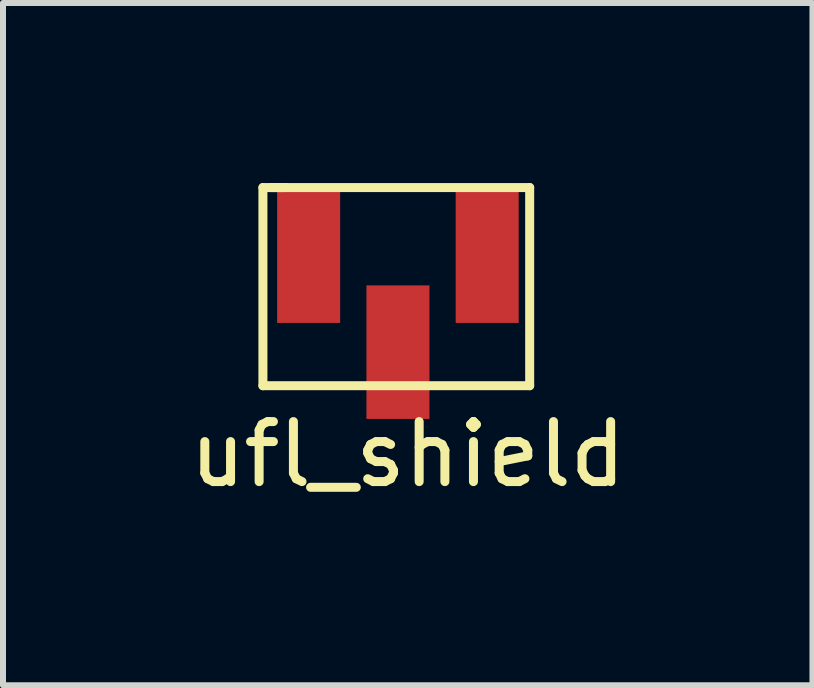
<source format=kicad_pcb>
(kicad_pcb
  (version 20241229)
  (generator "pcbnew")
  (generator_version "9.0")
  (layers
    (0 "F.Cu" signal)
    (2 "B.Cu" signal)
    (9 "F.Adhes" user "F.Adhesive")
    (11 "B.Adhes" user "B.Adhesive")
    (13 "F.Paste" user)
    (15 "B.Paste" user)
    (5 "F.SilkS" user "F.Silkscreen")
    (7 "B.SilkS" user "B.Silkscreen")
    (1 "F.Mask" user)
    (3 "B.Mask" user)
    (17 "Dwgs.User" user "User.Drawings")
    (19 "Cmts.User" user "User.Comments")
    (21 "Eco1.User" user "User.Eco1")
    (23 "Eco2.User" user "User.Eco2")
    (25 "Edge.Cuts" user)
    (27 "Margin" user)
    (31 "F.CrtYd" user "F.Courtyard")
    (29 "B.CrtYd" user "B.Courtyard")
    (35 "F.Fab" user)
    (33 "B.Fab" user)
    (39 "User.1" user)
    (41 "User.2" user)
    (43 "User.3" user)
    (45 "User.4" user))
  (footprint "ufl_shield"
    (layer "F.Cu")
    (at 2.093 1.218)
    (property "Reference" "ufl_shield" (at 1.651 3.302 0) (layer "F.SilkS") (effects (font (size 1 1) (thickness 0.15))))
    (attr through_hole)
    (fp_line (start -0.762 -1.143) (end -0.508 -1.143) (stroke (width 0.15) (type solid)) (layer "F.SilkS"))
    (fp_line (start -0.762 2.159) (end -0.762 -1.143) (stroke (width 0.15) (type solid)) (layer "F.SilkS"))
    (fp_line (start -0.635 -1.143) (end 3.683 -1.143) (stroke (width 0.15) (type solid)) (layer "F.SilkS"))
    (fp_line (start -0.508 -1.143) (end -0.381 -1.143) (stroke (width 0.15) (type solid)) (layer "F.SilkS"))
    (fp_line (start 3.683 -1.143) (end 3.683 2.159) (stroke (width 0.15) (type solid)) (layer "F.SilkS"))
    (fp_line (start 3.683 2.159) (end -0.762 2.159) (stroke (width 0.15) (type solid)) (layer "F.SilkS"))
    (pad "1" smd rect (at 1.488 1.6) (size 1.05 2.225) (layers "F.Cu" "F.Mask" "F.Paste"))
    (pad "2" smd rect (at 0 0) (size 1.05 2.225) (layers "F.Cu" "F.Mask" "F.Paste"))
    (pad "2" smd rect (at 2.975 0) (size 1.05 2.225) (layers "F.Cu" "F.Mask" "F.Paste")))
  (gr_rect
    (start -3 -3)
    (end 10.488 8.368)
    (stroke (width 0.1) (type default))
    (fill no)
    (layer "Edge.Cuts")))
</source>
